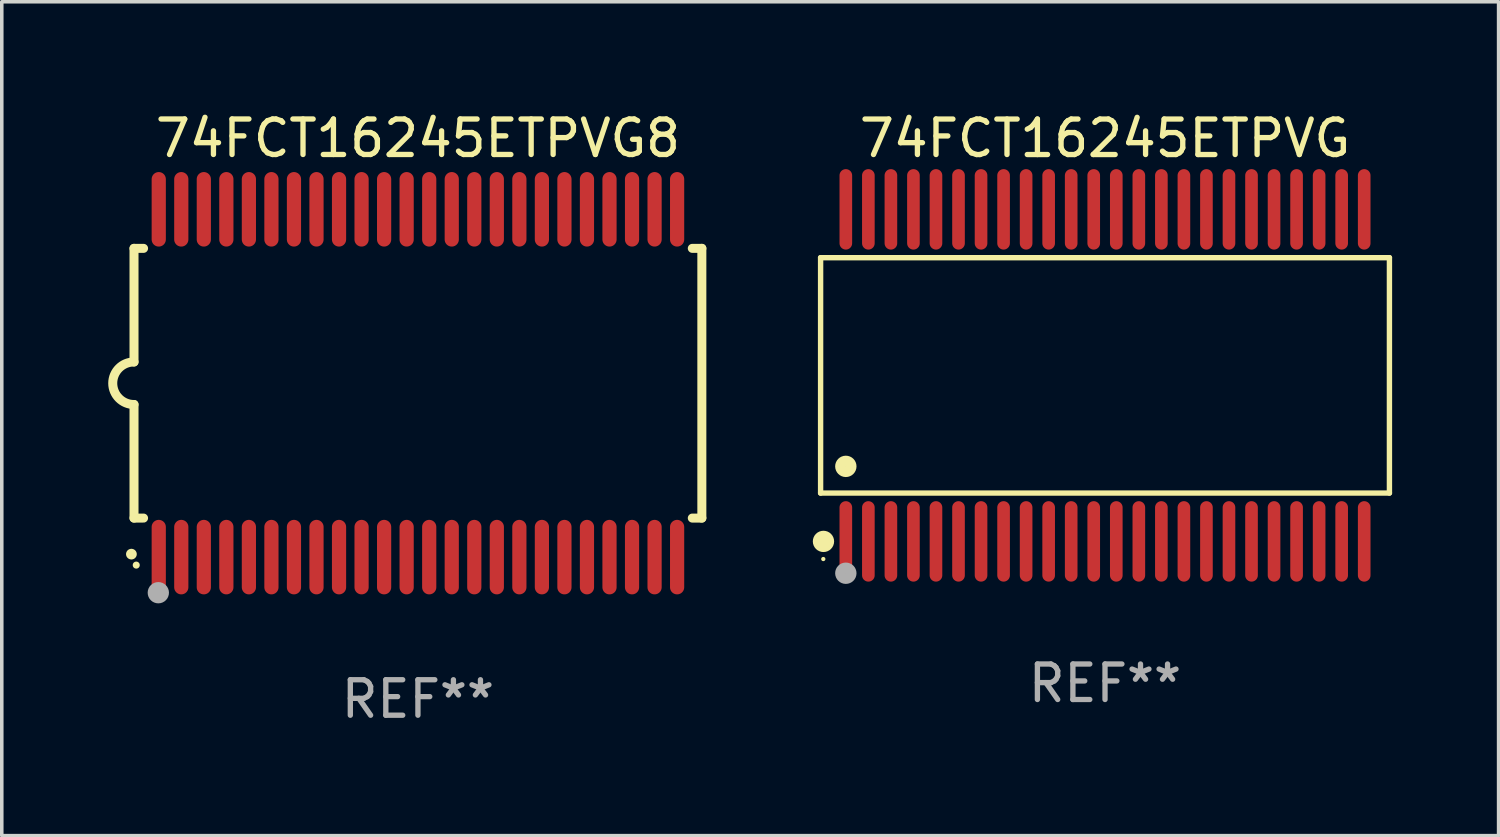
<source format=kicad_pcb>
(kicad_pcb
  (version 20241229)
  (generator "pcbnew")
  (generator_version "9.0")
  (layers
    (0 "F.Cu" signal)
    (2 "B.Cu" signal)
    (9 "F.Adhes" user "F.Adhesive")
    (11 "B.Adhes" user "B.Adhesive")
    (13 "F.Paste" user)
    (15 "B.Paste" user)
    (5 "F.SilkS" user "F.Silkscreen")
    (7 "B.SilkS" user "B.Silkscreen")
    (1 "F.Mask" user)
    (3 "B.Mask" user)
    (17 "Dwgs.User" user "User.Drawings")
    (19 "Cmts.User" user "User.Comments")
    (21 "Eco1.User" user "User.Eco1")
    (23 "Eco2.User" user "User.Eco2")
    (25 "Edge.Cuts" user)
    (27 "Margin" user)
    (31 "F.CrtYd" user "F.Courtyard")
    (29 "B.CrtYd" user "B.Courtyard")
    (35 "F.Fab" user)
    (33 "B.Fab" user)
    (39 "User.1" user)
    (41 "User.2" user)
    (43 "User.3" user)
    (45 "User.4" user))
  (footprint "74FCT16245ETPVG"
    (layer "F.Cu")
    (at 28.086 7.527)
    (property "Reference" "74FCT16245ETPVG" (at 0 -6.678 0) (layer "F.SilkS") (effects (font (size 1 1) (thickness 0.15))))
    (attr through_hole)
    (fp_line (start -8.014 -3.316) (end 8.014 -3.316) (stroke (width 0.152) (type solid)) (layer "F.SilkS"))
    (fp_line (start -8.014 3.316) (end -8.014 -3.316) (stroke (width 0.152) (type solid)) (layer "F.SilkS"))
    (fp_line (start 8.014 -3.316) (end 8.014 3.316) (stroke (width 0.152) (type solid)) (layer "F.SilkS"))
    (fp_line (start 8.014 3.316) (end -8.014 3.316) (stroke (width 0.152) (type solid)) (layer "F.SilkS"))
    (fp_circle (center -7.938 5.175) (end -7.908 5.175) (stroke (width 0.06) (type solid)) (fill no) (layer "F.SilkS"))
    (fp_circle (center -7.933 4.678) (end -7.783 4.678) (stroke (width 0.3) (type solid)) (fill no) (layer "F.SilkS"))
    (fp_circle (center -7.303 2.564) (end -7.152 2.564) (stroke (width 0.3) (type solid)) (fill no) (layer "F.SilkS"))
    (fp_circle (center -7.303 5.575) (end -7.152 5.575) (stroke (width 0.3) (type solid)) (fill no) (layer "F.Fab"))
    (fp_text user "REF**" (at 0 8.678 0) (layer "F.Fab") (effects (font (size 1 1) (thickness 0.15))))
    (pad "1" smd oval (at -7.303 4.678) (size 0.356 2.267) (layers "F.Cu" "F.Mask" "F.Paste"))
    (pad "2" smd oval (at -6.668 4.678) (size 0.356 2.267) (layers "F.Cu" "F.Mask" "F.Paste"))
    (pad "3" smd oval (at -6.033 4.678) (size 0.356 2.267) (layers "F.Cu" "F.Mask" "F.Paste"))
    (pad "4" smd oval (at -5.398 4.678) (size 0.356 2.267) (layers "F.Cu" "F.Mask" "F.Paste"))
    (pad "5" smd oval (at -4.763 4.678) (size 0.356 2.267) (layers "F.Cu" "F.Mask" "F.Paste"))
    (pad "6" smd oval (at -4.128 4.678) (size 0.356 2.267) (layers "F.Cu" "F.Mask" "F.Paste"))
    (pad "7" smd oval (at -3.493 4.678) (size 0.356 2.267) (layers "F.Cu" "F.Mask" "F.Paste"))
    (pad "8" smd oval (at -2.858 4.678) (size 0.356 2.267) (layers "F.Cu" "F.Mask" "F.Paste"))
    (pad "9" smd oval (at -2.223 4.678) (size 0.356 2.267) (layers "F.Cu" "F.Mask" "F.Paste"))
    (pad "10" smd oval (at -1.588 4.678) (size 0.356 2.267) (layers "F.Cu" "F.Mask" "F.Paste"))
    (pad "11" smd oval (at -0.953 4.678) (size 0.356 2.267) (layers "F.Cu" "F.Mask" "F.Paste"))
    (pad "12" smd oval (at -0.318 4.678) (size 0.356 2.267) (layers "F.Cu" "F.Mask" "F.Paste"))
    (pad "13" smd oval (at 0.318 4.678) (size 0.356 2.267) (layers "F.Cu" "F.Mask" "F.Paste"))
    (pad "14" smd oval (at 0.953 4.678) (size 0.356 2.267) (layers "F.Cu" "F.Mask" "F.Paste"))
    (pad "15" smd oval (at 1.588 4.678) (size 0.356 2.267) (layers "F.Cu" "F.Mask" "F.Paste"))
    (pad "16" smd oval (at 2.223 4.678) (size 0.356 2.267) (layers "F.Cu" "F.Mask" "F.Paste"))
    (pad "17" smd oval (at 2.858 4.678) (size 0.356 2.267) (layers "F.Cu" "F.Mask" "F.Paste"))
    (pad "18" smd oval (at 3.493 4.678) (size 0.356 2.267) (layers "F.Cu" "F.Mask" "F.Paste"))
    (pad "19" smd oval (at 4.128 4.678) (size 0.356 2.267) (layers "F.Cu" "F.Mask" "F.Paste"))
    (pad "20" smd oval (at 4.763 4.678) (size 0.356 2.267) (layers "F.Cu" "F.Mask" "F.Paste"))
    (pad "21" smd oval (at 5.398 4.678) (size 0.356 2.267) (layers "F.Cu" "F.Mask" "F.Paste"))
    (pad "22" smd oval (at 6.033 4.678) (size 0.356 2.267) (layers "F.Cu" "F.Mask" "F.Paste"))
    (pad "23" smd oval (at 6.668 4.678) (size 0.356 2.267) (layers "F.Cu" "F.Mask" "F.Paste"))
    (pad "24" smd oval (at 7.303 4.678) (size 0.356 2.267) (layers "F.Cu" "F.Mask" "F.Paste"))
    (pad "25" smd oval (at 7.303 -4.678) (size 0.356 2.267) (layers "F.Cu" "F.Mask" "F.Paste"))
    (pad "26" smd oval (at 6.668 -4.678) (size 0.356 2.267) (layers "F.Cu" "F.Mask" "F.Paste"))
    (pad "27" smd oval (at 6.033 -4.678) (size 0.356 2.267) (layers "F.Cu" "F.Mask" "F.Paste"))
    (pad "28" smd oval (at 5.398 -4.678) (size 0.356 2.267) (layers "F.Cu" "F.Mask" "F.Paste"))
    (pad "29" smd oval (at 4.763 -4.678) (size 0.356 2.267) (layers "F.Cu" "F.Mask" "F.Paste"))
    (pad "30" smd oval (at 4.128 -4.678) (size 0.356 2.267) (layers "F.Cu" "F.Mask" "F.Paste"))
    (pad "31" smd oval (at 3.493 -4.678) (size 0.356 2.267) (layers "F.Cu" "F.Mask" "F.Paste"))
    (pad "32" smd oval (at 2.858 -4.678) (size 0.356 2.267) (layers "F.Cu" "F.Mask" "F.Paste"))
    (pad "33" smd oval (at 2.223 -4.678) (size 0.356 2.267) (layers "F.Cu" "F.Mask" "F.Paste"))
    (pad "34" smd oval (at 1.588 -4.678) (size 0.356 2.267) (layers "F.Cu" "F.Mask" "F.Paste"))
    (pad "35" smd oval (at 0.953 -4.678) (size 0.356 2.267) (layers "F.Cu" "F.Mask" "F.Paste"))
    (pad "36" smd oval (at 0.318 -4.678) (size 0.356 2.267) (layers "F.Cu" "F.Mask" "F.Paste"))
    (pad "37" smd oval (at -0.318 -4.678) (size 0.356 2.267) (layers "F.Cu" "F.Mask" "F.Paste"))
    (pad "38" smd oval (at -0.953 -4.678) (size 0.356 2.267) (layers "F.Cu" "F.Mask" "F.Paste"))
    (pad "39" smd oval (at -1.588 -4.678) (size 0.356 2.267) (layers "F.Cu" "F.Mask" "F.Paste"))
    (pad "40" smd oval (at -2.223 -4.678) (size 0.356 2.267) (layers "F.Cu" "F.Mask" "F.Paste"))
    (pad "41" smd oval (at -2.858 -4.678) (size 0.356 2.267) (layers "F.Cu" "F.Mask" "F.Paste"))
    (pad "42" smd oval (at -3.493 -4.678) (size 0.356 2.267) (layers "F.Cu" "F.Mask" "F.Paste"))
    (pad "43" smd oval (at -4.128 -4.678) (size 0.356 2.267) (layers "F.Cu" "F.Mask" "F.Paste"))
    (pad "44" smd oval (at -4.763 -4.678) (size 0.356 2.267) (layers "F.Cu" "F.Mask" "F.Paste"))
    (pad "45" smd oval (at -5.398 -4.678) (size 0.356 2.267) (layers "F.Cu" "F.Mask" "F.Paste"))
    (pad "46" smd oval (at -6.033 -4.678) (size 0.356 2.267) (layers "F.Cu" "F.Mask" "F.Paste"))
    (pad "47" smd oval (at -6.668 -4.678) (size 0.356 2.267) (layers "F.Cu" "F.Mask" "F.Paste"))
    (pad "48" smd oval (at -7.303 -4.678) (size 0.356 2.267) (layers "F.Cu" "F.Mask" "F.Paste")))
  (footprint "74FCT16245ETPVG8"
    (layer "F.Cu")
    (at 8.726 7.748)
    (property "Reference" "74FCT16245ETPVG8" (at 0 -6.9 0) (layer "F.SilkS") (effects (font (size 1 1) (thickness 0.15))))
    (attr through_hole)
    (fp_line (start -8 -3.8) (end -8 -0.599) (stroke (width 0.254) (type solid)) (layer "F.SilkS"))
    (fp_line (start -8 -3.8) (end -7.731 -3.8) (stroke (width 0.254) (type solid)) (layer "F.SilkS"))
    (fp_line (start -8 3.8) (end -8 0.599) (stroke (width 0.254) (type solid)) (layer "F.SilkS"))
    (fp_line (start -7.731 3.8) (end -8 3.8) (stroke (width 0.254) (type solid)) (layer "F.SilkS"))
    (fp_line (start 7.731 -3.8) (end 8 -3.8) (stroke (width 0.254) (type solid)) (layer "F.SilkS"))
    (fp_line (start 8 -3.8) (end 8 3.8) (stroke (width 0.254) (type solid)) (layer "F.SilkS"))
    (fp_line (start 8 3.8) (end 7.731 3.8) (stroke (width 0.254) (type solid)) (layer "F.SilkS"))
    (fp_arc (start -8.074676 4.81585) (mid -8.073406 4.815845) (end -8.072136 4.81585) (stroke (width 0.3) (type solid)) (layer "F.SilkS"))
    (fp_arc (start -8.000025 0.6) (mid -8.598908 0.00056) (end -8.000027 -0.598882) (stroke (width 0.254001) (type solid)) (layer "F.SilkS"))
    (fp_circle (center -7.937 5.125) (end -7.887 5.125) (stroke (width 0.1) (type solid)) (fill no) (layer "F.SilkS"))
    (fp_circle (center -7.315 5.903) (end -7.165 5.903) (stroke (width 0.3) (type solid)) (fill no) (layer "F.Fab"))
    (fp_text user "REF**" (at 0 8.9 0) (layer "F.Fab") (effects (font (size 1 1) (thickness 0.15))))
    (pad "1" smd oval (at -7.303 4.9) (size 0.4 2.1) (layers "F.Cu" "F.Mask" "F.Paste"))
    (pad "2" smd oval (at -6.668 4.9) (size 0.4 2.1) (layers "F.Cu" "F.Mask" "F.Paste"))
    (pad "3" smd oval (at -6.033 4.9) (size 0.4 2.1) (layers "F.Cu" "F.Mask" "F.Paste"))
    (pad "4" smd oval (at -5.398 4.9) (size 0.4 2.1) (layers "F.Cu" "F.Mask" "F.Paste"))
    (pad "5" smd oval (at -4.763 4.9) (size 0.4 2.1) (layers "F.Cu" "F.Mask" "F.Paste"))
    (pad "6" smd oval (at -4.128 4.9) (size 0.4 2.1) (layers "F.Cu" "F.Mask" "F.Paste"))
    (pad "7" smd oval (at -3.493 4.9) (size 0.4 2.1) (layers "F.Cu" "F.Mask" "F.Paste"))
    (pad "8" smd oval (at -2.858 4.9) (size 0.4 2.1) (layers "F.Cu" "F.Mask" "F.Paste"))
    (pad "9" smd oval (at -2.223 4.9) (size 0.4 2.1) (layers "F.Cu" "F.Mask" "F.Paste"))
    (pad "10" smd oval (at -1.588 4.9) (size 0.4 2.1) (layers "F.Cu" "F.Mask" "F.Paste"))
    (pad "11" smd oval (at -0.953 4.9) (size 0.4 2.1) (layers "F.Cu" "F.Mask" "F.Paste"))
    (pad "12" smd oval (at -0.318 4.9) (size 0.4 2.1) (layers "F.Cu" "F.Mask" "F.Paste"))
    (pad "13" smd oval (at 0.318 4.9) (size 0.4 2.1) (layers "F.Cu" "F.Mask" "F.Paste"))
    (pad "14" smd oval (at 0.953 4.9) (size 0.4 2.1) (layers "F.Cu" "F.Mask" "F.Paste"))
    (pad "15" smd oval (at 1.588 4.9) (size 0.4 2.1) (layers "F.Cu" "F.Mask" "F.Paste"))
    (pad "16" smd oval (at 2.223 4.9) (size 0.4 2.1) (layers "F.Cu" "F.Mask" "F.Paste"))
    (pad "17" smd oval (at 2.858 4.9) (size 0.4 2.1) (layers "F.Cu" "F.Mask" "F.Paste"))
    (pad "18" smd oval (at 3.493 4.9) (size 0.4 2.1) (layers "F.Cu" "F.Mask" "F.Paste"))
    (pad "19" smd oval (at 4.128 4.9) (size 0.4 2.1) (layers "F.Cu" "F.Mask" "F.Paste"))
    (pad "20" smd oval (at 4.763 4.9) (size 0.4 2.1) (layers "F.Cu" "F.Mask" "F.Paste"))
    (pad "21" smd oval (at 5.398 4.9) (size 0.4 2.1) (layers "F.Cu" "F.Mask" "F.Paste"))
    (pad "22" smd oval (at 6.033 4.9) (size 0.4 2.1) (layers "F.Cu" "F.Mask" "F.Paste"))
    (pad "23" smd oval (at 6.668 4.9) (size 0.4 2.1) (layers "F.Cu" "F.Mask" "F.Paste"))
    (pad "24" smd oval (at 7.303 4.9) (size 0.4 2.1) (layers "F.Cu" "F.Mask" "F.Paste"))
    (pad "25" smd oval (at 7.303 -4.9 180) (size 0.4 2.1) (layers "F.Cu" "F.Mask" "F.Paste"))
    (pad "26" smd oval (at 6.668 -4.9 180) (size 0.4 2.1) (layers "F.Cu" "F.Mask" "F.Paste"))
    (pad "27" smd oval (at 6.033 -4.9 180) (size 0.4 2.1) (layers "F.Cu" "F.Mask" "F.Paste"))
    (pad "28" smd oval (at 5.398 -4.9 180) (size 0.4 2.1) (layers "F.Cu" "F.Mask" "F.Paste"))
    (pad "29" smd oval (at 4.763 -4.9 180) (size 0.4 2.1) (layers "F.Cu" "F.Mask" "F.Paste"))
    (pad "30" smd oval (at 4.128 -4.9 180) (size 0.4 2.1) (layers "F.Cu" "F.Mask" "F.Paste"))
    (pad "31" smd oval (at 3.493 -4.9 180) (size 0.4 2.1) (layers "F.Cu" "F.Mask" "F.Paste"))
    (pad "32" smd oval (at 2.858 -4.9 180) (size 0.4 2.1) (layers "F.Cu" "F.Mask" "F.Paste"))
    (pad "33" smd oval (at 2.223 -4.9 180) (size 0.4 2.1) (layers "F.Cu" "F.Mask" "F.Paste"))
    (pad "34" smd oval (at 1.588 -4.9 180) (size 0.4 2.1) (layers "F.Cu" "F.Mask" "F.Paste"))
    (pad "35" smd oval (at 0.953 -4.9 180) (size 0.4 2.1) (layers "F.Cu" "F.Mask" "F.Paste"))
    (pad "36" smd oval (at 0.318 -4.9 180) (size 0.4 2.1) (layers "F.Cu" "F.Mask" "F.Paste"))
    (pad "37" smd oval (at -0.318 -4.9 180) (size 0.4 2.1) (layers "F.Cu" "F.Mask" "F.Paste"))
    (pad "38" smd oval (at -0.953 -4.9 180) (size 0.4 2.1) (layers "F.Cu" "F.Mask" "F.Paste"))
    (pad "39" smd oval (at -1.588 -4.9 180) (size 0.4 2.1) (layers "F.Cu" "F.Mask" "F.Paste"))
    (pad "40" smd oval (at -2.223 -4.9 180) (size 0.4 2.1) (layers "F.Cu" "F.Mask" "F.Paste"))
    (pad "41" smd oval (at -2.858 -4.9 180) (size 0.4 2.1) (layers "F.Cu" "F.Mask" "F.Paste"))
    (pad "42" smd oval (at -3.493 -4.9 180) (size 0.4 2.1) (layers "F.Cu" "F.Mask" "F.Paste"))
    (pad "43" smd oval (at -4.128 -4.9 180) (size 0.4 2.1) (layers "F.Cu" "F.Mask" "F.Paste"))
    (pad "44" smd oval (at -4.763 -4.9 180) (size 0.4 2.1) (layers "F.Cu" "F.Mask" "F.Paste"))
    (pad "45" smd oval (at -5.398 -4.9 180) (size 0.4 2.1) (layers "F.Cu" "F.Mask" "F.Paste"))
    (pad "46" smd oval (at -6.033 -4.9 180) (size 0.4 2.1) (layers "F.Cu" "F.Mask" "F.Paste"))
    (pad "47" smd oval (at -6.668 -4.9 180) (size 0.4 2.1) (layers "F.Cu" "F.Mask" "F.Paste"))
    (pad "48" smd oval (at -7.303 -4.9 180) (size 0.4 2.1) (layers "F.Cu" "F.Mask" "F.Paste")))
  (gr_rect
    (start -3 -3)
    (end 39.176 20.496)
    (stroke (width 0.1) (type default))
    (fill no)
    (layer "Edge.Cuts")))
</source>
